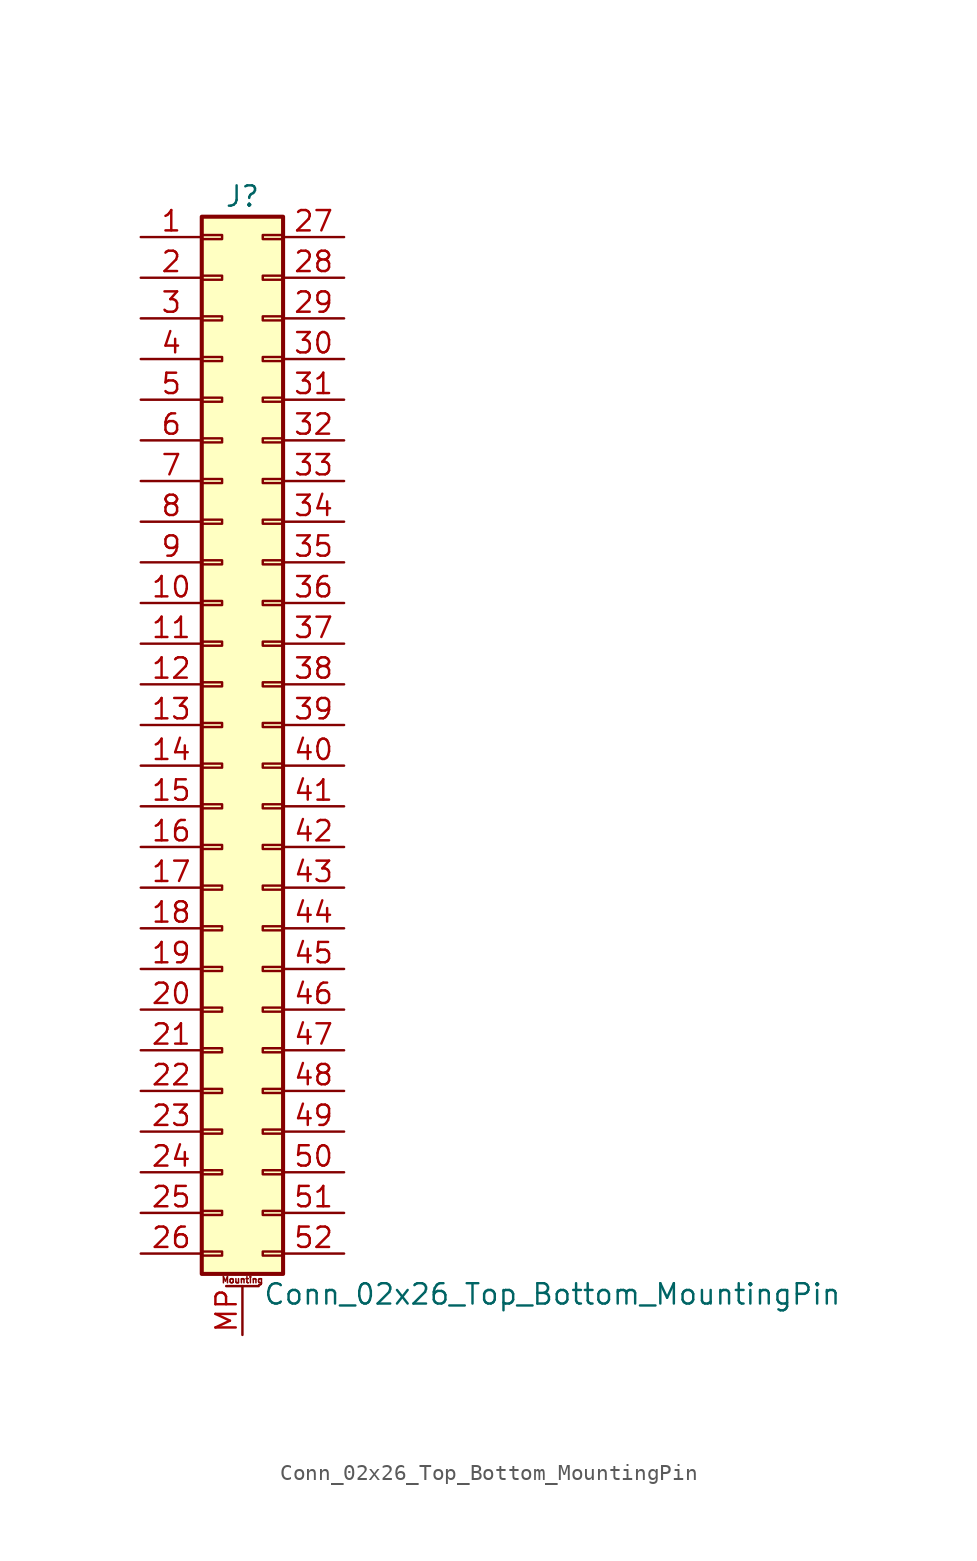
<source format=kicad_sym>
(kicad_symbol_lib
  (version 20220914)
  (generator kicad_symbol_editor)
  (symbol "Conn_02x26_Top_Bottom_MountingPin"
    (pin_names
      (offset 1.016) hide)
    (property "Reference" "J"
      (at 1.27 33.02 0)
      (effects (font (size 1.27 1.27))))
    (property "Value" "Conn_02x26_Top_Bottom_MountingPin"
      (at 2.54 -35.56 0)
      (effects (font (size 1.27 1.27)) (justify left)))
    (symbol "Conn_02x26_Top_Bottom_MountingPin_1_1"
      (rectangle (start -1.27 -32.893) (end 0 -33.147) (stroke (width 0.152) (type default)) (fill (type none)))
      (rectangle (start -1.27 -30.353) (end 0 -30.607) (stroke (width 0.152) (type default)) (fill (type none)))
      (rectangle (start -1.27 -27.813) (end 0 -28.067) (stroke (width 0.152) (type default)) (fill (type none)))
      (rectangle (start -1.27 -25.273) (end 0 -25.527) (stroke (width 0.152) (type default)) (fill (type none)))
      (rectangle (start -1.27 -22.733) (end 0 -22.987) (stroke (width 0.152) (type default)) (fill (type none)))
      (rectangle (start -1.27 -20.193) (end 0 -20.447) (stroke (width 0.152) (type default)) (fill (type none)))
      (rectangle (start -1.27 -17.653) (end 0 -17.907) (stroke (width 0.152) (type default)) (fill (type none)))
      (rectangle (start -1.27 -15.113) (end 0 -15.367) (stroke (width 0.152) (type default)) (fill (type none)))
      (rectangle (start -1.27 -12.573) (end 0 -12.827) (stroke (width 0.152) (type default)) (fill (type none)))
      (rectangle (start -1.27 -10.033) (end 0 -10.287) (stroke (width 0.152) (type default)) (fill (type none)))
      (rectangle (start -1.27 -7.493) (end 0 -7.747) (stroke (width 0.152) (type default)) (fill (type none)))
      (rectangle (start -1.27 -4.953) (end 0 -5.207) (stroke (width 0.152) (type default)) (fill (type none)))
      (rectangle (start -1.27 -2.413) (end 0 -2.667) (stroke (width 0.152) (type default)) (fill (type none)))
      (rectangle (start -1.27 0.127) (end 0 -0.127) (stroke (width 0.152) (type default)) (fill (type none)))
      (rectangle (start -1.27 2.667) (end 0 2.413) (stroke (width 0.152) (type default)) (fill (type none)))
      (rectangle (start -1.27 5.207) (end 0 4.953) (stroke (width 0.152) (type default)) (fill (type none)))
      (rectangle (start -1.27 7.747) (end 0 7.493) (stroke (width 0.152) (type default)) (fill (type none)))
      (rectangle (start -1.27 10.287) (end 0 10.033) (stroke (width 0.152) (type default)) (fill (type none)))
      (rectangle (start -1.27 12.827) (end 0 12.573) (stroke (width 0.152) (type default)) (fill (type none)))
      (rectangle (start -1.27 15.367) (end 0 15.113) (stroke (width 0.152) (type default)) (fill (type none)))
      (rectangle (start -1.27 17.907) (end 0 17.653) (stroke (width 0.152) (type default)) (fill (type none)))
      (rectangle (start -1.27 20.447) (end 0 20.193) (stroke (width 0.152) (type default)) (fill (type none)))
      (rectangle (start -1.27 22.987) (end 0 22.733) (stroke (width 0.152) (type default)) (fill (type none)))
      (rectangle (start -1.27 25.527) (end 0 25.273) (stroke (width 0.152) (type default)) (fill (type none)))
      (rectangle (start -1.27 28.067) (end 0 27.813) (stroke (width 0.152) (type default)) (fill (type none)))
      (rectangle (start -1.27 30.607) (end 0 30.353) (stroke (width 0.152) (type default)) (fill (type none)))
      (rectangle (start -1.27 31.75) (end 3.81 -34.29) (stroke (width 0.254) (type default)) (fill (type background)))
      (polyline (pts (xy 0.254 -35.052) (xy 2.286 -35.052)) (stroke (width 0.152) (type default)) (fill (type none)))
      (rectangle (start 3.81 -32.893) (end 2.54 -33.147) (stroke (width 0.152) (type default)) (fill (type none)))
      (rectangle (start 3.81 -30.353) (end 2.54 -30.607) (stroke (width 0.152) (type default)) (fill (type none)))
      (rectangle (start 3.81 -27.813) (end 2.54 -28.067) (stroke (width 0.152) (type default)) (fill (type none)))
      (rectangle (start 3.81 -25.273) (end 2.54 -25.527) (stroke (width 0.152) (type default)) (fill (type none)))
      (rectangle (start 3.81 -22.733) (end 2.54 -22.987) (stroke (width 0.152) (type default)) (fill (type none)))
      (rectangle (start 3.81 -20.193) (end 2.54 -20.447) (stroke (width 0.152) (type default)) (fill (type none)))
      (rectangle (start 3.81 -17.653) (end 2.54 -17.907) (stroke (width 0.152) (type default)) (fill (type none)))
      (rectangle (start 3.81 -15.113) (end 2.54 -15.367) (stroke (width 0.152) (type default)) (fill (type none)))
      (rectangle (start 3.81 -12.573) (end 2.54 -12.827) (stroke (width 0.152) (type default)) (fill (type none)))
      (rectangle (start 3.81 -10.033) (end 2.54 -10.287) (stroke (width 0.152) (type default)) (fill (type none)))
      (rectangle (start 3.81 -7.493) (end 2.54 -7.747) (stroke (width 0.152) (type default)) (fill (type none)))
      (rectangle (start 3.81 -4.953) (end 2.54 -5.207) (stroke (width 0.152) (type default)) (fill (type none)))
      (rectangle (start 3.81 -2.413) (end 2.54 -2.667) (stroke (width 0.152) (type default)) (fill (type none)))
      (rectangle (start 3.81 0.127) (end 2.54 -0.127) (stroke (width 0.152) (type default)) (fill (type none)))
      (rectangle (start 3.81 2.667) (end 2.54 2.413) (stroke (width 0.152) (type default)) (fill (type none)))
      (rectangle (start 3.81 5.207) (end 2.54 4.953) (stroke (width 0.152) (type default)) (fill (type none)))
      (rectangle (start 3.81 7.747) (end 2.54 7.493) (stroke (width 0.152) (type default)) (fill (type none)))
      (rectangle (start 3.81 10.287) (end 2.54 10.033) (stroke (width 0.152) (type default)) (fill (type none)))
      (rectangle (start 3.81 12.827) (end 2.54 12.573) (stroke (width 0.152) (type default)) (fill (type none)))
      (rectangle (start 3.81 15.367) (end 2.54 15.113) (stroke (width 0.152) (type default)) (fill (type none)))
      (rectangle (start 3.81 17.907) (end 2.54 17.653) (stroke (width 0.152) (type default)) (fill (type none)))
      (rectangle (start 3.81 20.447) (end 2.54 20.193) (stroke (width 0.152) (type default)) (fill (type none)))
      (rectangle (start 3.81 22.987) (end 2.54 22.733) (stroke (width 0.152) (type default)) (fill (type none)))
      (rectangle (start 3.81 25.527) (end 2.54 25.273) (stroke (width 0.152) (type default)) (fill (type none)))
      (rectangle (start 3.81 28.067) (end 2.54 27.813) (stroke (width 0.152) (type default)) (fill (type none)))
      (rectangle (start 3.81 30.607) (end 2.54 30.353) (stroke (width 0.152) (type default)) (fill (type none)))
      (text "Mounting" (at 1.27 -34.671 0) (effects (font (size 0.381 0.381))))
      (pin passive line (at -5.08 30.48 0) (length 3.81) (name "Pin_1" (effects (font (size 1.27 1.27)))) (number "1" (effects (font (size 1.27 1.27)))))
      (pin passive line (at -5.08 7.62 0) (length 3.81) (name "Pin_10" (effects (font (size 1.27 1.27)))) (number "10" (effects (font (size 1.27 1.27)))))
      (pin passive line (at -5.08 5.08 0) (length 3.81) (name "Pin_11" (effects (font (size 1.27 1.27)))) (number "11" (effects (font (size 1.27 1.27)))))
      (pin passive line (at -5.08 2.54 0) (length 3.81) (name "Pin_12" (effects (font (size 1.27 1.27)))) (number "12" (effects (font (size 1.27 1.27)))))
      (pin passive line (at -5.08 0 0) (length 3.81) (name "Pin_13" (effects (font (size 1.27 1.27)))) (number "13" (effects (font (size 1.27 1.27)))))
      (pin passive line (at -5.08 -2.54 0) (length 3.81) (name "Pin_14" (effects (font (size 1.27 1.27)))) (number "14" (effects (font (size 1.27 1.27)))))
      (pin passive line (at -5.08 -5.08 0) (length 3.81) (name "Pin_15" (effects (font (size 1.27 1.27)))) (number "15" (effects (font (size 1.27 1.27)))))
      (pin passive line (at -5.08 -7.62 0) (length 3.81) (name "Pin_16" (effects (font (size 1.27 1.27)))) (number "16" (effects (font (size 1.27 1.27)))))
      (pin passive line (at -5.08 -10.16 0) (length 3.81) (name "Pin_17" (effects (font (size 1.27 1.27)))) (number "17" (effects (font (size 1.27 1.27)))))
      (pin passive line (at -5.08 -12.7 0) (length 3.81) (name "Pin_18" (effects (font (size 1.27 1.27)))) (number "18" (effects (font (size 1.27 1.27)))))
      (pin passive line (at -5.08 -15.24 0) (length 3.81) (name "Pin_19" (effects (font (size 1.27 1.27)))) (number "19" (effects (font (size 1.27 1.27)))))
      (pin passive line (at -5.08 27.94 0) (length 3.81) (name "Pin_2" (effects (font (size 1.27 1.27)))) (number "2" (effects (font (size 1.27 1.27)))))
      (pin passive line (at -5.08 -17.78 0) (length 3.81) (name "Pin_20" (effects (font (size 1.27 1.27)))) (number "20" (effects (font (size 1.27 1.27)))))
      (pin passive line (at -5.08 -20.32 0) (length 3.81) (name "Pin_21" (effects (font (size 1.27 1.27)))) (number "21" (effects (font (size 1.27 1.27)))))
      (pin passive line (at -5.08 -22.86 0) (length 3.81) (name "Pin_22" (effects (font (size 1.27 1.27)))) (number "22" (effects (font (size 1.27 1.27)))))
      (pin passive line (at -5.08 -25.4 0) (length 3.81) (name "Pin_23" (effects (font (size 1.27 1.27)))) (number "23" (effects (font (size 1.27 1.27)))))
      (pin passive line (at -5.08 -27.94 0) (length 3.81) (name "Pin_24" (effects (font (size 1.27 1.27)))) (number "24" (effects (font (size 1.27 1.27)))))
      (pin passive line (at -5.08 -30.48 0) (length 3.81) (name "Pin_25" (effects (font (size 1.27 1.27)))) (number "25" (effects (font (size 1.27 1.27)))))
      (pin passive line (at -5.08 -33.02 0) (length 3.81) (name "Pin_26" (effects (font (size 1.27 1.27)))) (number "26" (effects (font (size 1.27 1.27)))))
      (pin passive line (at 7.62 30.48 180) (length 3.81) (name "Pin_27" (effects (font (size 1.27 1.27)))) (number "27" (effects (font (size 1.27 1.27)))))
      (pin passive line (at 7.62 27.94 180) (length 3.81) (name "Pin_28" (effects (font (size 1.27 1.27)))) (number "28" (effects (font (size 1.27 1.27)))))
      (pin passive line (at 7.62 25.4 180) (length 3.81) (name "Pin_29" (effects (font (size 1.27 1.27)))) (number "29" (effects (font (size 1.27 1.27)))))
      (pin passive line (at -5.08 25.4 0) (length 3.81) (name "Pin_3" (effects (font (size 1.27 1.27)))) (number "3" (effects (font (size 1.27 1.27)))))
      (pin passive line (at 7.62 22.86 180) (length 3.81) (name "Pin_30" (effects (font (size 1.27 1.27)))) (number "30" (effects (font (size 1.27 1.27)))))
      (pin passive line (at 7.62 20.32 180) (length 3.81) (name "Pin_31" (effects (font (size 1.27 1.27)))) (number "31" (effects (font (size 1.27 1.27)))))
      (pin passive line (at 7.62 17.78 180) (length 3.81) (name "Pin_32" (effects (font (size 1.27 1.27)))) (number "32" (effects (font (size 1.27 1.27)))))
      (pin passive line (at 7.62 15.24 180) (length 3.81) (name "Pin_33" (effects (font (size 1.27 1.27)))) (number "33" (effects (font (size 1.27 1.27)))))
      (pin passive line (at 7.62 12.7 180) (length 3.81) (name "Pin_34" (effects (font (size 1.27 1.27)))) (number "34" (effects (font (size 1.27 1.27)))))
      (pin passive line (at 7.62 10.16 180) (length 3.81) (name "Pin_35" (effects (font (size 1.27 1.27)))) (number "35" (effects (font (size 1.27 1.27)))))
      (pin passive line (at 7.62 7.62 180) (length 3.81) (name "Pin_36" (effects (font (size 1.27 1.27)))) (number "36" (effects (font (size 1.27 1.27)))))
      (pin passive line (at 7.62 5.08 180) (length 3.81) (name "Pin_37" (effects (font (size 1.27 1.27)))) (number "37" (effects (font (size 1.27 1.27)))))
      (pin passive line (at 7.62 2.54 180) (length 3.81) (name "Pin_38" (effects (font (size 1.27 1.27)))) (number "38" (effects (font (size 1.27 1.27)))))
      (pin passive line (at 7.62 0 180) (length 3.81) (name "Pin_39" (effects (font (size 1.27 1.27)))) (number "39" (effects (font (size 1.27 1.27)))))
      (pin passive line (at -5.08 22.86 0) (length 3.81) (name "Pin_4" (effects (font (size 1.27 1.27)))) (number "4" (effects (font (size 1.27 1.27)))))
      (pin passive line (at 7.62 -2.54 180) (length 3.81) (name "Pin_40" (effects (font (size 1.27 1.27)))) (number "40" (effects (font (size 1.27 1.27)))))
      (pin passive line (at 7.62 -5.08 180) (length 3.81) (name "Pin_41" (effects (font (size 1.27 1.27)))) (number "41" (effects (font (size 1.27 1.27)))))
      (pin passive line (at 7.62 -7.62 180) (length 3.81) (name "Pin_42" (effects (font (size 1.27 1.27)))) (number "42" (effects (font (size 1.27 1.27)))))
      (pin passive line (at 7.62 -10.16 180) (length 3.81) (name "Pin_43" (effects (font (size 1.27 1.27)))) (number "43" (effects (font (size 1.27 1.27)))))
      (pin passive line (at 7.62 -12.7 180) (length 3.81) (name "Pin_44" (effects (font (size 1.27 1.27)))) (number "44" (effects (font (size 1.27 1.27)))))
      (pin passive line (at 7.62 -15.24 180) (length 3.81) (name "Pin_45" (effects (font (size 1.27 1.27)))) (number "45" (effects (font (size 1.27 1.27)))))
      (pin passive line (at 7.62 -17.78 180) (length 3.81) (name "Pin_46" (effects (font (size 1.27 1.27)))) (number "46" (effects (font (size 1.27 1.27)))))
      (pin passive line (at 7.62 -20.32 180) (length 3.81) (name "Pin_47" (effects (font (size 1.27 1.27)))) (number "47" (effects (font (size 1.27 1.27)))))
      (pin passive line (at 7.62 -22.86 180) (length 3.81) (name "Pin_48" (effects (font (size 1.27 1.27)))) (number "48" (effects (font (size 1.27 1.27)))))
      (pin passive line (at 7.62 -25.4 180) (length 3.81) (name "Pin_49" (effects (font (size 1.27 1.27)))) (number "49" (effects (font (size 1.27 1.27)))))
      (pin passive line (at -5.08 20.32 0) (length 3.81) (name "Pin_5" (effects (font (size 1.27 1.27)))) (number "5" (effects (font (size 1.27 1.27)))))
      (pin passive line (at 7.62 -27.94 180) (length 3.81) (name "Pin_50" (effects (font (size 1.27 1.27)))) (number "50" (effects (font (size 1.27 1.27)))))
      (pin passive line (at 7.62 -30.48 180) (length 3.81) (name "Pin_51" (effects (font (size 1.27 1.27)))) (number "51" (effects (font (size 1.27 1.27)))))
      (pin passive line (at 7.62 -33.02 180) (length 3.81) (name "Pin_52" (effects (font (size 1.27 1.27)))) (number "52" (effects (font (size 1.27 1.27)))))
      (pin passive line (at -5.08 17.78 0) (length 3.81) (name "Pin_6" (effects (font (size 1.27 1.27)))) (number "6" (effects (font (size 1.27 1.27)))))
      (pin passive line (at -5.08 15.24 0) (length 3.81) (name "Pin_7" (effects (font (size 1.27 1.27)))) (number "7" (effects (font (size 1.27 1.27)))))
      (pin passive line (at -5.08 12.7 0) (length 3.81) (name "Pin_8" (effects (font (size 1.27 1.27)))) (number "8" (effects (font (size 1.27 1.27)))))
      (pin passive line (at -5.08 10.16 0) (length 3.81) (name "Pin_9" (effects (font (size 1.27 1.27)))) (number "9" (effects (font (size 1.27 1.27)))))
      (pin passive line (at 1.27 -38.1 90) (length 3.048) (name "MountPin" (effects (font (size 1.27 1.27)))) (number "MP" (effects (font (size 1.27 1.27))))))))
</source>
